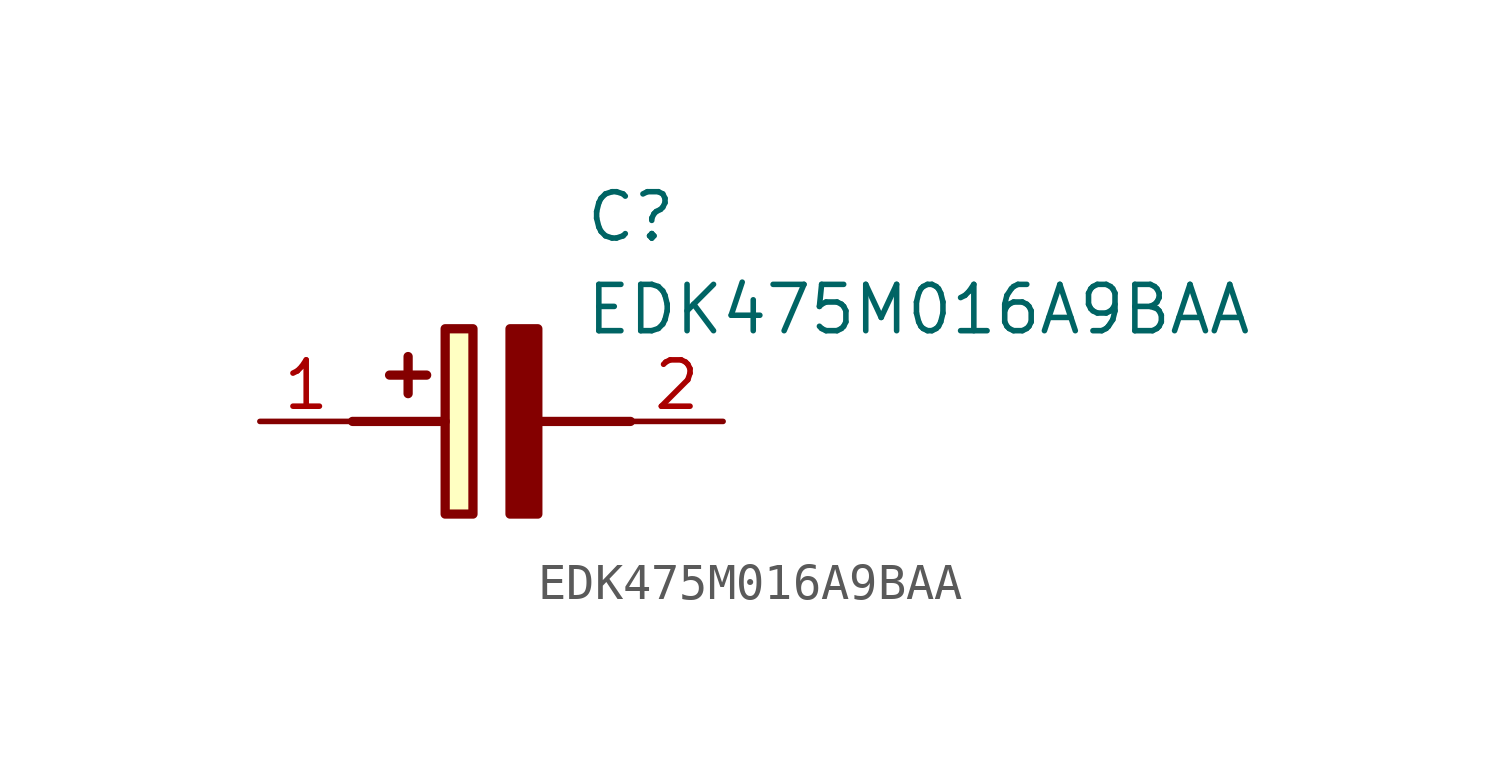
<source format=kicad_sym>
(kicad_symbol_lib
  (version 20211014)
  (generator SamacSys_ECAD_Model)
  (symbol "EDK475M016A9BAA"
    (pin_names hide)
    (property "Reference" "C"
      (at 8.89 6.35 0)
      (effects (font (size 1.27 1.27)) (justify left top)))
    (property "Value" "EDK475M016A9BAA"
      (at 8.89 3.81 0)
      (effects (font (size 1.27 1.27)) (justify left top)))
    (rectangle
      (start 5.08 2.54)
      (end 5.842 -2.54)
      (stroke (width 0.254) (type default))
      (fill (type background)))
    (polyline
      (pts (xy 4.572 1.27) (xy 3.556 1.27))
      (stroke (width 0.254) (type default))
      (fill (type none)))
    (polyline
      (pts (xy 4.064 1.778) (xy 4.064 0.762))
      (stroke (width 0.254) (type default))
      (fill (type none)))
    (polyline
      (pts (xy 2.54 0) (xy 5.08 0))
      (stroke (width 0.254) (type default))
      (fill (type none)))
    (polyline
      (pts (xy 7.62 0) (xy 10.16 0))
      (stroke (width 0.254) (type default))
      (fill (type none)))
    (polyline
      (pts (xy 7.62 2.54) (xy 7.62 -2.54) (xy 6.858 -2.54) (xy 6.858 2.54) (xy 7.62 2.54))
      (stroke (width 0.254) (type default))
      (fill (type outline)))
    (pin passive line
      (at 0 0 0)
      (length 2.54)
      (name "+" (effects (font (size 1.27 1.27))))
      (number "1" (effects (font (size 1.27 1.27)))))
    (pin passive line
      (at 12.7 0 180)
      (length 2.54)
      (name "-" (effects (font (size 1.27 1.27))))
      (number "2" (effects (font (size 1.27 1.27)))))))
</source>
